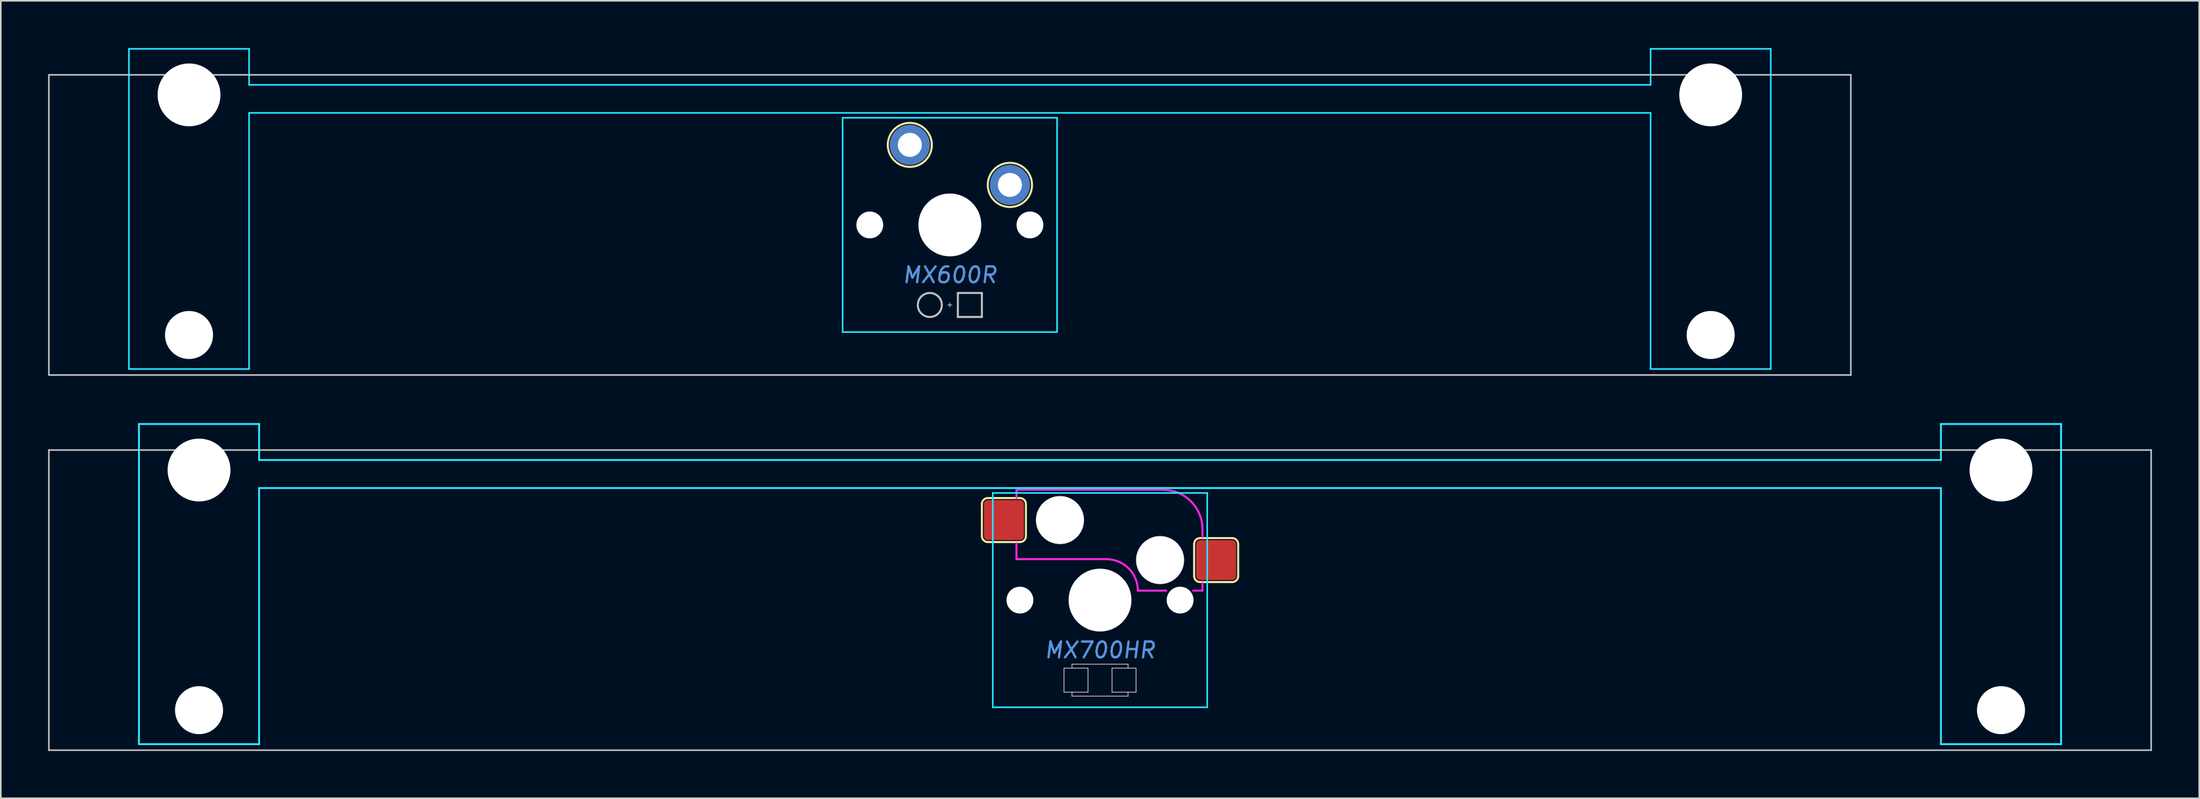
<source format=kicad_pcb>
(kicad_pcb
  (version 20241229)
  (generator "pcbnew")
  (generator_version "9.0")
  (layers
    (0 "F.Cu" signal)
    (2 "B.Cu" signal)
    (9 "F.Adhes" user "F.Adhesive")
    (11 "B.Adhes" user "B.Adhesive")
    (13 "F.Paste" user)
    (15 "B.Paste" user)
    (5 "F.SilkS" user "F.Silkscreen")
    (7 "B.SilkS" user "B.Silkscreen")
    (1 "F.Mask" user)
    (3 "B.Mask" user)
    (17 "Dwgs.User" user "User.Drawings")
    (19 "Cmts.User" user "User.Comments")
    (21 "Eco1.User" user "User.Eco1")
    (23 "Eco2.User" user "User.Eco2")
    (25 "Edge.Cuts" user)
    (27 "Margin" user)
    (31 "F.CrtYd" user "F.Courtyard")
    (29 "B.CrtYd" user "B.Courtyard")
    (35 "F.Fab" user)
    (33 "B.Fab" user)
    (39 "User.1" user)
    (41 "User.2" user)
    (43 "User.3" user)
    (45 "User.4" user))
  (footprint "MX700HR"
    (layer "F.Cu")
    (at 66.725 35.037)
    (property "Reference" "MX700HR" (at 0 3.175 0) (layer "Cmts.User") (effects (font (size 1 1) (thickness 0.15) (italic yes))))
    (attr through_hole)
    (fp_line (start -7.493 -6.096) (end -7.493 -4.064) (stroke (width 0.127) (type solid)) (layer "F.SilkS"))
    (fp_line (start -7.112 -3.683) (end -5.08 -3.683) (stroke (width 0.127) (type solid)) (layer "F.SilkS"))
    (fp_line (start -5.08 -6.477) (end -7.112 -6.477) (stroke (width 0.127) (type solid)) (layer "F.SilkS"))
    (fp_line (start -4.699 -4.064) (end -4.699 -6.096) (stroke (width 0.127) (type solid)) (layer "F.SilkS"))
    (fp_line (start 5.969 -3.556) (end 5.969 -1.524) (stroke (width 0.127) (type solid)) (layer "F.SilkS"))
    (fp_line (start 6.35 -1.143) (end 8.382 -1.143) (stroke (width 0.127) (type solid)) (layer "F.SilkS"))
    (fp_line (start 8.382 -3.937) (end 6.35 -3.937) (stroke (width 0.127) (type solid)) (layer "F.SilkS"))
    (fp_line (start 8.763 -1.524) (end 8.763 -3.556) (stroke (width 0.127) (type solid)) (layer "F.SilkS"))
    (fp_arc (start -7.493 -6.096) (mid -7.381408 -6.365408) (end -7.112 -6.477) (stroke (width 0.127) (type solid)) (layer "F.SilkS"))
    (fp_arc (start -7.112 -3.683) (mid -7.381408 -3.794592) (end -7.493 -4.064) (stroke (width 0.127) (type solid)) (layer "F.SilkS"))
    (fp_arc (start -5.08 -6.477) (mid -4.810592 -6.365408) (end -4.699 -6.096) (stroke (width 0.127) (type solid)) (layer "F.SilkS"))
    (fp_arc (start -4.699 -4.064) (mid -4.810592 -3.794592) (end -5.08 -3.683) (stroke (width 0.127) (type solid)) (layer "F.SilkS"))
    (fp_arc (start 5.969 -3.556) (mid 6.080592 -3.825408) (end 6.35 -3.937) (stroke (width 0.127) (type solid)) (layer "F.SilkS"))
    (fp_arc (start 6.35 -1.143) (mid 6.080592 -1.254592) (end 5.969 -1.524) (stroke (width 0.127) (type solid)) (layer "F.SilkS"))
    (fp_arc (start 8.382 -3.937) (mid 8.651408 -3.825408) (end 8.763 -3.556) (stroke (width 0.127) (type solid)) (layer "F.SilkS"))
    (fp_arc (start 8.763 -1.524) (mid 8.651408 -1.254592) (end 8.382 -1.143) (stroke (width 0.127) (type solid)) (layer "F.SilkS"))
    (fp_line (start -66.675 -9.525) (end -66.675 9.525) (stroke (width 0.1) (type solid)) (layer "Dwgs.User"))
    (fp_line (start -66.675 -9.525) (end 66.675 -9.525) (stroke (width 0.1) (type solid)) (layer "Dwgs.User"))
    (fp_line (start -66.675 9.525) (end 66.675 9.525) (stroke (width 0.1) (type solid)) (layer "Dwgs.User"))
    (fp_line (start -2.286 4.318) (end -0.762 4.318) (stroke (width 0.051) (type solid)) (layer "Dwgs.User"))
    (fp_line (start -2.286 5.842) (end -2.286 4.318) (stroke (width 0.051) (type solid)) (layer "Dwgs.User"))
    (fp_line (start -1.778 4.064) (end 1.778 4.064) (stroke (width 0.051) (type solid)) (layer "Dwgs.User"))
    (fp_line (start -1.778 4.318) (end -1.778 4.064) (stroke (width 0.051) (type solid)) (layer "Dwgs.User"))
    (fp_line (start -1.778 6.096) (end -1.778 5.842) (stroke (width 0.051) (type solid)) (layer "Dwgs.User"))
    (fp_line (start -0.762 4.318) (end -0.762 5.842) (stroke (width 0.051) (type solid)) (layer "Dwgs.User"))
    (fp_line (start -0.762 5.842) (end -2.286 5.842) (stroke (width 0.051) (type solid)) (layer "Dwgs.User"))
    (fp_line (start 0.762 4.318) (end 2.286 4.318) (stroke (width 0.051) (type solid)) (layer "Dwgs.User"))
    (fp_line (start 0.762 5.842) (end 0.762 4.318) (stroke (width 0.051) (type solid)) (layer "Dwgs.User"))
    (fp_line (start 1.778 4.064) (end 1.778 4.318) (stroke (width 0.051) (type solid)) (layer "Dwgs.User"))
    (fp_line (start 1.778 5.842) (end 1.778 6.096) (stroke (width 0.051) (type solid)) (layer "Dwgs.User"))
    (fp_line (start 1.778 6.096) (end -1.778 6.096) (stroke (width 0.051) (type solid)) (layer "Dwgs.User"))
    (fp_line (start 2.286 4.318) (end 2.286 5.842) (stroke (width 0.051) (type solid)) (layer "Dwgs.User"))
    (fp_line (start 2.286 5.842) (end 0.762 5.842) (stroke (width 0.051) (type solid)) (layer "Dwgs.User"))
    (fp_line (start 66.675 -9.525) (end 66.675 9.525) (stroke (width 0.1) (type solid)) (layer "Dwgs.User"))
    (fp_line (start -60.96 -11.176) (end -60.96 9.144) (stroke (width 0.12) (type solid)) (layer "B.CrtYd"))
    (fp_line (start -60.96 -11.176) (end -53.34 -11.176) (stroke (width 0.12) (type solid)) (layer "B.CrtYd"))
    (fp_line (start -60.96 9.144) (end -53.34 9.144) (stroke (width 0.12) (type solid)) (layer "B.CrtYd"))
    (fp_line (start -53.34 -11.176) (end -53.34 -8.89) (stroke (width 0.12) (type solid)) (layer "B.CrtYd"))
    (fp_line (start -53.34 -7.112) (end -53.34 9.144) (stroke (width 0.12) (type solid)) (layer "B.CrtYd"))
    (fp_line (start -6.8 -6.8) (end -6.8 6.8) (stroke (width 0.1) (type solid)) (layer "B.CrtYd"))
    (fp_line (start 6.8 -6.8) (end -6.8 -6.8) (stroke (width 0.1) (type solid)) (layer "B.CrtYd"))
    (fp_line (start 6.8 -6.8) (end 6.8 6.8) (stroke (width 0.1) (type solid)) (layer "B.CrtYd"))
    (fp_line (start 6.8 6.8) (end -6.8 6.8) (stroke (width 0.1) (type solid)) (layer "B.CrtYd"))
    (fp_line (start 53.34 -11.176) (end 53.34 -8.89) (stroke (width 0.12) (type solid)) (layer "B.CrtYd"))
    (fp_line (start 53.34 -8.89) (end -53.34 -8.89) (stroke (width 0.12) (type solid)) (layer "B.CrtYd"))
    (fp_line (start 53.34 -7.112) (end -53.34 -7.112) (stroke (width 0.12) (type solid)) (layer "B.CrtYd"))
    (fp_line (start 53.34 -7.112) (end 53.34 9.144) (stroke (width 0.12) (type solid)) (layer "B.CrtYd"))
    (fp_line (start 60.96 -11.176) (end 53.34 -11.176) (stroke (width 0.12) (type solid)) (layer "B.CrtYd"))
    (fp_line (start 60.96 -11.176) (end 60.96 9.144) (stroke (width 0.12) (type solid)) (layer "B.CrtYd"))
    (fp_line (start 60.96 9.144) (end 53.34 9.144) (stroke (width 0.12) (type solid)) (layer "B.CrtYd"))
    (fp_line (start -5.3 -7) (end -5.3 -6.5) (stroke (width 0.127) (type solid)) (layer "F.CrtYd"))
    (fp_line (start -5.3 -3.6) (end -5.3 -2.6) (stroke (width 0.127) (type solid)) (layer "F.CrtYd"))
    (fp_line (start -5.2 -7) (end -5.3 -7) (stroke (width 0.12) (type solid)) (layer "F.CrtYd"))
    (fp_line (start 0.4 -2.6) (end -5.3 -2.6) (stroke (width 0.127) (type solid)) (layer "F.CrtYd"))
    (fp_line (start 4 -7) (end -5.2 -7) (stroke (width 0.12) (type solid)) (layer "F.CrtYd"))
    (fp_line (start 4.2 -0.6) (end 2.4 -0.6) (stroke (width 0.127) (type solid)) (layer "F.CrtYd"))
    (fp_line (start 6.5 -4.5) (end 6.5 -4) (stroke (width 0.127) (type solid)) (layer "F.CrtYd"))
    (fp_line (start 6.5 -1.1) (end 6.5 -0.6) (stroke (width 0.12) (type solid)) (layer "F.CrtYd"))
    (fp_line (start 6.5 -0.6) (end 5.9 -0.6) (stroke (width 0.12) (type solid)) (layer "F.CrtYd"))
    (fp_arc (start 0.4 -2.6) (mid 1.814214 -2.014214) (end 2.4 -0.6) (stroke (width 0.127) (type solid)) (layer "F.CrtYd"))
    (fp_arc (start 4 -7) (mid 5.767767 -6.267767) (end 6.5 -4.5) (stroke (width 0.127) (type solid)) (layer "F.CrtYd"))
    (pad "" np_thru_hole circle (at -57.15 -8.255 180) (size 3.988 3.988) (drill 3.988) (layers "*.Cu" "*.Mask"))
    (pad "" np_thru_hole circle (at -57.15 6.985 180) (size 3.048 3.048) (drill 3.048) (layers "*.Cu" "*.Mask"))
    (pad "" np_thru_hole circle (at -5.08 0) (size 1.702 1.702) (drill 1.702) (layers "*.Cu" "*.Mask"))
    (pad "" np_thru_hole circle (at -2.54 -5.08) (size 3.048 3.048) (drill 3.048) (layers "*.Cu" "*.Mask"))
    (pad "" np_thru_hole circle (at 0 0) (size 3.988 3.988) (drill 3.988) (layers "*.Cu" "*.Mask"))
    (pad "" np_thru_hole circle (at 3.81 -2.54) (size 3.048 3.048) (drill 3.048) (layers "*.Cu" "*.Mask"))
    (pad "" np_thru_hole circle (at 5.08 0) (size 1.702 1.702) (drill 1.702) (layers "*.Cu" "*.Mask"))
    (pad "" np_thru_hole circle (at 57.15 -8.255 180) (size 3.988 3.988) (drill 3.988) (layers "*.Cu" "*.Mask"))
    (pad "" np_thru_hole circle (at 57.15 6.985 180) (size 3.048 3.048) (drill 3.048) (layers "*.Cu" "*.Mask"))
    (pad "1" smd roundrect (at -6.096 -5.08) (size 2.54 2.54) (layers "F.Cu" "F.Mask") (roundrect_rratio 0.1))
    (pad "2" smd roundrect (at 7.366 -2.54) (size 2.54 2.54) (layers "F.Cu" "F.Mask") (roundrect_rratio 0.1)))
  (footprint "MX600R"
    (layer "F.Cu")
    (at 57.2 11.226)
    (property "Reference" "MX600R" (at 0 3.175 0) (layer "Cmts.User") (effects (font (size 1 1) (thickness 0.15) (italic yes))))
    (attr through_hole)
    (fp_circle (center -2.54 -5.08) (end -1.143 -5.08) (stroke (width 0.127) (type solid)) (fill no) (layer "F.SilkS"))
    (fp_circle (center 3.81 -2.54) (end 5.207 -2.413) (stroke (width 0.127) (type solid)) (fill no) (layer "F.SilkS"))
    (fp_line (start -57.15 -9.525) (end -57.15 9.525) (stroke (width 0.1) (type solid)) (layer "Dwgs.User"))
    (fp_line (start -57.15 -9.525) (end 57.15 -9.525) (stroke (width 0.1) (type solid)) (layer "Dwgs.User"))
    (fp_line (start -57.15 9.525) (end 57.15 9.525) (stroke (width 0.1) (type solid)) (layer "Dwgs.User"))
    (fp_line (start -0.127 5.08) (end 0.127 5.08) (stroke (width 0.051) (type solid)) (layer "Dwgs.User"))
    (fp_line (start 0 5.207) (end 0 4.953) (stroke (width 0.051) (type solid)) (layer "Dwgs.User"))
    (fp_line (start 0.508 4.318) (end 0.508 5.842) (stroke (width 0.127) (type solid)) (layer "Dwgs.User"))
    (fp_line (start 0.508 4.318) (end 2.032 4.318) (stroke (width 0.127) (type solid)) (layer "Dwgs.User"))
    (fp_line (start 0.508 5.842) (end 2.032 5.842) (stroke (width 0.127) (type solid)) (layer "Dwgs.User"))
    (fp_line (start 2.032 5.842) (end 2.032 4.318) (stroke (width 0.127) (type solid)) (layer "Dwgs.User"))
    (fp_line (start 57.15 -9.525) (end 57.15 9.525) (stroke (width 0.1) (type solid)) (layer "Dwgs.User"))
    (fp_circle (center -1.27 5.08) (end -0.508 5.08) (stroke (width 0.127) (type solid)) (fill no) (layer "Dwgs.User"))
    (fp_line (start -52.07 9.144) (end -52.07 -11.176) (stroke (width 0.1) (type solid)) (layer "B.CrtYd"))
    (fp_line (start -44.45 -11.176) (end -52.07 -11.176) (stroke (width 0.1) (type solid)) (layer "B.CrtYd"))
    (fp_line (start -44.45 -8.89) (end -44.45 -11.176) (stroke (width 0.1) (type solid)) (layer "B.CrtYd"))
    (fp_line (start -44.45 -7.112) (end -44.45 9.144) (stroke (width 0.1) (type solid)) (layer "B.CrtYd"))
    (fp_line (start -44.45 9.144) (end -52.07 9.144) (stroke (width 0.1) (type solid)) (layer "B.CrtYd"))
    (fp_line (start -6.8 -6.8) (end -6.8 6.8) (stroke (width 0.1) (type solid)) (layer "B.CrtYd"))
    (fp_line (start -6.8 -6.8) (end 6.8 -6.8) (stroke (width 0.1) (type solid)) (layer "B.CrtYd"))
    (fp_line (start -6.8 6.8) (end 6.8 6.8) (stroke (width 0.1) (type solid)) (layer "B.CrtYd"))
    (fp_line (start 6.8 6.8) (end 6.8 -6.8) (stroke (width 0.1) (type solid)) (layer "B.CrtYd"))
    (fp_line (start 44.45 -8.89) (end -44.45 -8.89) (stroke (width 0.1) (type solid)) (layer "B.CrtYd"))
    (fp_line (start 44.45 -8.89) (end 44.45 -11.176) (stroke (width 0.1) (type solid)) (layer "B.CrtYd"))
    (fp_line (start 44.45 -7.112) (end -44.45 -7.112) (stroke (width 0.1) (type solid)) (layer "B.CrtYd"))
    (fp_line (start 44.45 -7.112) (end 44.45 9.144) (stroke (width 0.1) (type solid)) (layer "B.CrtYd"))
    (fp_line (start 52.07 -11.176) (end 44.45 -11.176) (stroke (width 0.1) (type solid)) (layer "B.CrtYd"))
    (fp_line (start 52.07 9.144) (end 44.45 9.144) (stroke (width 0.1) (type solid)) (layer "B.CrtYd"))
    (fp_line (start 52.07 9.144) (end 52.07 -11.176) (stroke (width 0.1) (type solid)) (layer "B.CrtYd"))
    (pad "" np_thru_hole circle (at -48.26 -8.255) (size 3.988 3.988) (drill 3.988) (layers "*.Cu" "*.Mask"))
    (pad "" np_thru_hole circle (at -48.26 6.985) (size 3.048 3.048) (drill 3.048) (layers "*.Cu" "*.Mask"))
    (pad "" np_thru_hole circle (at -5.08 0) (size 1.702 1.702) (drill 1.702) (layers "*.Cu" "*.Mask"))
    (pad "" np_thru_hole circle (at 0 0) (size 3.988 3.988) (drill 3.988) (layers "*.Cu" "*.Mask"))
    (pad "" np_thru_hole circle (at 5.08 0) (size 1.702 1.702) (drill 1.702) (layers "*.Cu" "*.Mask"))
    (pad "" np_thru_hole circle (at 48.26 -8.255) (size 3.988 3.988) (drill 3.988) (layers "*.Cu" "*.Mask"))
    (pad "" np_thru_hole circle (at 48.26 6.985) (size 3.048 3.048) (drill 3.048) (layers "*.Cu" "*.Mask"))
    (pad "1" thru_hole circle (at -2.54 -5.08) (size 2.54 2.54) (drill 1.524) (layers "*.Cu" "*.Mask"))
    (pad "2" thru_hole circle (at 3.81 -2.54) (size 2.54 2.54) (drill 1.524) (layers "*.Cu" "*.Mask")))
  (gr_rect
    (start -3 -3)
    (end 136.45 47.612)
    (stroke (width 0.1) (type default))
    (fill no)
    (layer "Edge.Cuts")))
</source>
